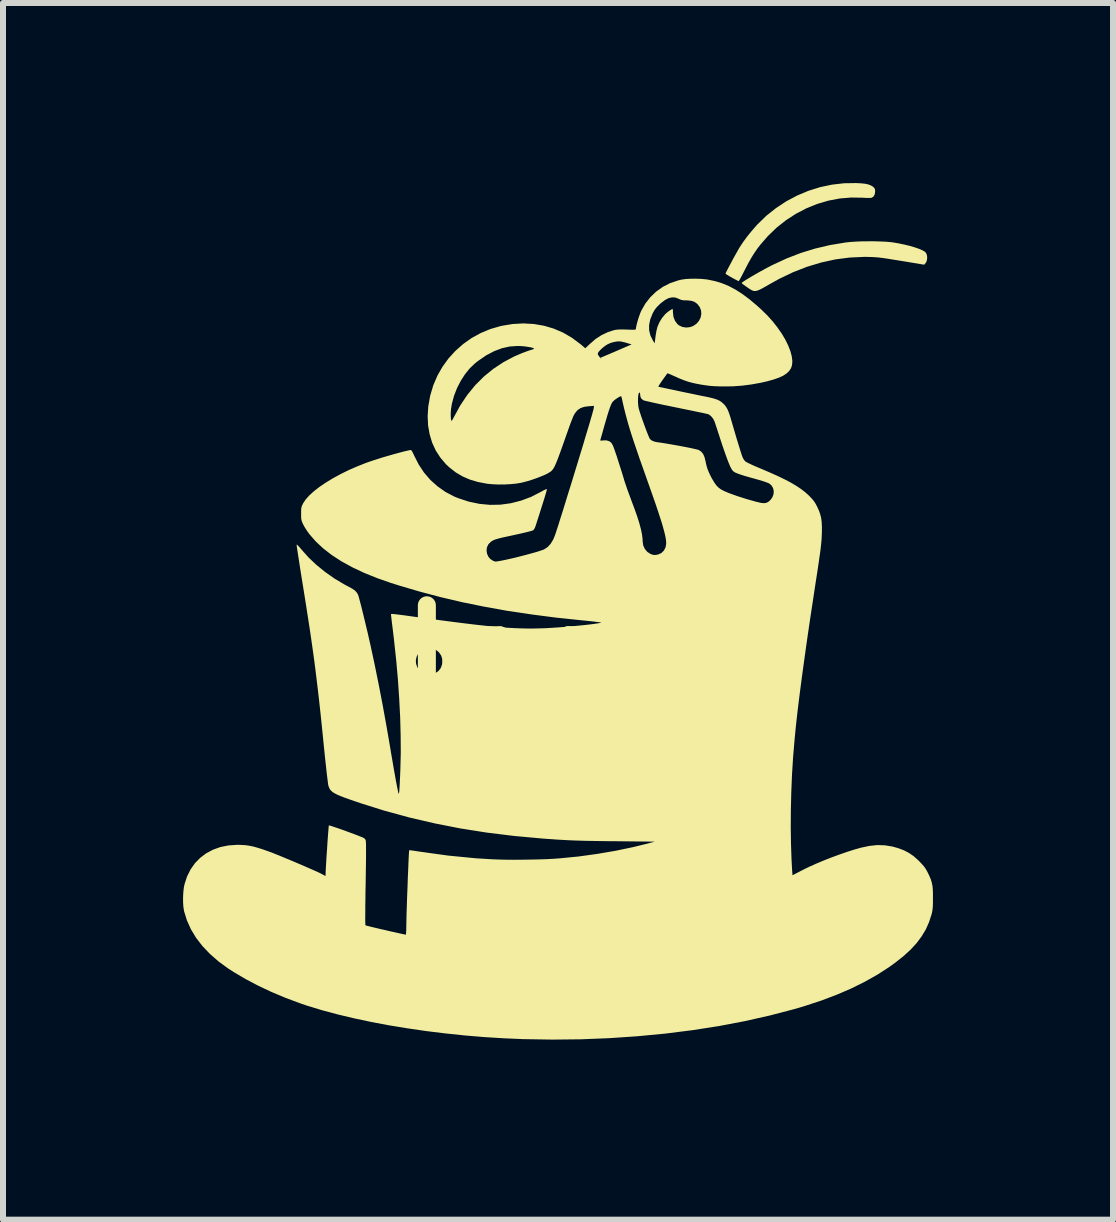
<source format=kicad_pcb>
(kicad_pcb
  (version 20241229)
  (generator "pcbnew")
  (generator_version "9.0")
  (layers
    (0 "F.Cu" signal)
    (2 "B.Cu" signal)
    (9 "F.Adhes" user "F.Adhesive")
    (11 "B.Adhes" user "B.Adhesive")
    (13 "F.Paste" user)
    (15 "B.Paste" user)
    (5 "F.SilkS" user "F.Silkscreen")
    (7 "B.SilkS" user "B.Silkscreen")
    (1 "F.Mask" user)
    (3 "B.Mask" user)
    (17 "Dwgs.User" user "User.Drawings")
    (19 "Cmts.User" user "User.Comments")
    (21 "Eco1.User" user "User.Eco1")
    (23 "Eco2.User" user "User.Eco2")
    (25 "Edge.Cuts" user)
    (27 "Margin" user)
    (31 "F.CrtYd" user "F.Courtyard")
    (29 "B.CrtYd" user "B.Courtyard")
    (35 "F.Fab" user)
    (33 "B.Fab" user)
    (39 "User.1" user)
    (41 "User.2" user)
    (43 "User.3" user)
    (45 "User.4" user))
  (footprint "logo"
    (layer "F.Cu")
    (at 6.133 7.856)
    (property "Reference" "logo" (at 0 0 0) (layer "F.SilkS") (effects (font (size 1.5 1.5) (thickness 0.3))))
    (attr board_only exclude_from_pos_files exclude_from_bom)
    (fp_poly (pts (xy 5.16 -7.852) (xy 5.228 -7.845) (xy 5.281 -7.834) (xy 5.323 -7.818) (xy 5.357 -7.798) (xy 5.366 -7.791) (xy 5.386 -7.77) (xy 5.395 -7.748) (xy 5.397 -7.716) (xy 5.39 -7.667) (xy 5.369 -7.631) (xy 5.341 -7.612) (xy 5.321 -7.609) (xy 5.286 -7.608) (xy 5.24 -7.609) (xy 5.192 -7.612) (xy 4.999 -7.615) (xy 4.806 -7.599) (xy 4.617 -7.563) (xy 4.431 -7.508) (xy 4.251 -7.435) (xy 4.077 -7.344) (xy 3.912 -7.237) (xy 3.755 -7.113) (xy 3.61 -6.973) (xy 3.492 -6.838) (xy 3.436 -6.766) (xy 3.385 -6.692) (xy 3.335 -6.612) (xy 3.284 -6.522) (xy 3.23 -6.418) (xy 3.214 -6.387) (xy 3.187 -6.334) (xy 3.163 -6.288) (xy 3.143 -6.252) (xy 3.129 -6.229) (xy 3.123 -6.222) (xy 3.112 -6.227) (xy 3.086 -6.24) (xy 3.05 -6.259) (xy 3.01 -6.281) (xy 2.969 -6.304) (xy 2.935 -6.325) (xy 2.912 -6.34) (xy 2.905 -6.348) (xy 2.909 -6.361) (xy 2.923 -6.388) (xy 2.943 -6.427) (xy 2.968 -6.475) (xy 2.997 -6.529) (xy 3.027 -6.586) (xy 3.058 -6.642) (xy 3.088 -6.695) (xy 3.114 -6.742) (xy 3.136 -6.78) (xy 3.143 -6.791) (xy 3.198 -6.874) (xy 3.264 -6.964) (xy 3.338 -7.055) (xy 3.413 -7.142) (xy 3.435 -7.166) (xy 3.584 -7.311) (xy 3.745 -7.439) (xy 3.916 -7.552) (xy 4.097 -7.648) (xy 4.285 -7.727) (xy 4.48 -7.788) (xy 4.679 -7.83) (xy 4.88 -7.853) (xy 5.076 -7.856)) (stroke (width 0) (type solid)) (fill yes) (layer "F.SilkS"))
    (fp_poly (pts (xy 5.386 -6.886) (xy 5.486 -6.883) (xy 5.578 -6.879) (xy 5.656 -6.872) (xy 5.696 -6.867) (xy 5.795 -6.85) (xy 5.89 -6.83) (xy 5.979 -6.808) (xy 6.06 -6.784) (xy 6.129 -6.76) (xy 6.185 -6.736) (xy 6.224 -6.713) (xy 6.239 -6.7) (xy 6.257 -6.666) (xy 6.264 -6.623) (xy 6.261 -6.577) (xy 6.248 -6.538) (xy 6.238 -6.524) (xy 6.214 -6.496) (xy 5.896 -6.549) (xy 5.784 -6.567) (xy 5.69 -6.582) (xy 5.612 -6.595) (xy 5.545 -6.605) (xy 5.488 -6.612) (xy 5.438 -6.618) (xy 5.392 -6.621) (xy 5.347 -6.624) (xy 5.301 -6.625) (xy 5.252 -6.626) (xy 5.207 -6.626) (xy 4.97 -6.615) (xy 4.733 -6.584) (xy 4.496 -6.532) (xy 4.261 -6.461) (xy 4.028 -6.37) (xy 3.798 -6.26) (xy 3.635 -6.169) (xy 3.565 -6.129) (xy 3.51 -6.098) (xy 3.467 -6.077) (xy 3.433 -6.064) (xy 3.405 -6.058) (xy 3.381 -6.058) (xy 3.358 -6.064) (xy 3.348 -6.068) (xy 3.33 -6.077) (xy 3.302 -6.095) (xy 3.269 -6.117) (xy 3.235 -6.141) (xy 3.205 -6.163) (xy 3.183 -6.18) (xy 3.173 -6.19) (xy 3.173 -6.191) (xy 3.181 -6.2) (xy 3.205 -6.217) (xy 3.243 -6.242) (xy 3.291 -6.271) (xy 3.347 -6.305) (xy 3.409 -6.341) (xy 3.475 -6.378) (xy 3.541 -6.414) (xy 3.605 -6.449) (xy 3.665 -6.48) (xy 3.682 -6.489) (xy 3.92 -6.599) (xy 4.157 -6.691) (xy 4.398 -6.765) (xy 4.645 -6.823) (xy 4.904 -6.866) (xy 4.913 -6.867) (xy 4.989 -6.875) (xy 5.079 -6.881) (xy 5.178 -6.885) (xy 5.282 -6.886)) (stroke (width 0) (type solid)) (fill yes) (layer "F.SilkS"))
    (fp_poly (pts (xy 2.496 -6.26) (xy 2.58 -6.252) (xy 2.613 -6.247) (xy 2.732 -6.222) (xy 2.846 -6.187) (xy 2.958 -6.141) (xy 3.069 -6.082) (xy 3.182 -6.01) (xy 3.299 -5.923) (xy 3.422 -5.82) (xy 3.503 -5.747) (xy 3.601 -5.651) (xy 3.69 -5.552) (xy 3.77 -5.45) (xy 3.841 -5.348) (xy 3.901 -5.247) (xy 3.949 -5.149) (xy 3.985 -5.056) (xy 4.008 -4.969) (xy 4.018 -4.89) (xy 4.012 -4.821) (xy 3.996 -4.773) (xy 3.966 -4.727) (xy 3.924 -4.686) (xy 3.867 -4.648) (xy 3.794 -4.614) (xy 3.705 -4.583) (xy 3.597 -4.553) (xy 3.487 -4.528) (xy 3.33 -4.5) (xy 3.181 -4.481) (xy 3.032 -4.47) (xy 2.899 -4.468) (xy 2.801 -4.469) (xy 2.717 -4.472) (xy 2.64 -4.478) (xy 2.564 -4.488) (xy 2.482 -4.501) (xy 2.423 -4.512) (xy 2.347 -4.529) (xy 2.278 -4.548) (xy 2.209 -4.572) (xy 2.134 -4.602) (xy 2.063 -4.634) (xy 2.018 -4.654) (xy 1.98 -4.671) (xy 1.952 -4.682) (xy 1.939 -4.687) (xy 1.939 -4.687) (xy 1.931 -4.679) (xy 1.915 -4.658) (xy 1.893 -4.627) (xy 1.867 -4.591) (xy 1.841 -4.554) (xy 1.817 -4.519) (xy 1.798 -4.489) (xy 1.787 -4.47) (xy 1.785 -4.464) (xy 1.795 -4.461) (xy 1.823 -4.455) (xy 1.866 -4.446) (xy 1.921 -4.434) (xy 1.987 -4.42) (xy 2.06 -4.405) (xy 2.137 -4.388) (xy 2.217 -4.371) (xy 2.296 -4.355) (xy 2.373 -4.339) (xy 2.444 -4.324) (xy 2.507 -4.311) (xy 2.56 -4.301) (xy 2.565 -4.3) (xy 2.645 -4.283) (xy 2.708 -4.267) (xy 2.758 -4.251) (xy 2.798 -4.233) (xy 2.832 -4.212) (xy 2.856 -4.192) (xy 2.888 -4.161) (xy 2.914 -4.127) (xy 2.937 -4.087) (xy 2.958 -4.037) (xy 2.98 -3.973) (xy 2.998 -3.912) (xy 3.02 -3.836) (xy 3.044 -3.755) (xy 3.068 -3.672) (xy 3.092 -3.591) (xy 3.116 -3.513) (xy 3.138 -3.442) (xy 3.157 -3.381) (xy 3.173 -3.331) (xy 3.185 -3.297) (xy 3.19 -3.284) (xy 3.208 -3.251) (xy 3.231 -3.222) (xy 3.233 -3.22) (xy 3.25 -3.209) (xy 3.284 -3.191) (xy 3.33 -3.169) (xy 3.387 -3.143) (xy 3.451 -3.116) (xy 3.487 -3.101) (xy 3.639 -3.036) (xy 3.773 -2.976) (xy 3.891 -2.919) (xy 3.994 -2.865) (xy 4.083 -2.812) (xy 4.161 -2.76) (xy 4.229 -2.708) (xy 4.289 -2.654) (xy 4.302 -2.641) (xy 4.346 -2.595) (xy 4.379 -2.554) (xy 4.406 -2.512) (xy 4.433 -2.461) (xy 4.433 -2.46) (xy 4.461 -2.398) (xy 4.482 -2.339) (xy 4.497 -2.28) (xy 4.506 -2.214) (xy 4.51 -2.139) (xy 4.51 -2.05) (xy 4.509 -2.015) (xy 4.507 -1.977) (xy 4.506 -1.939) (xy 4.503 -1.9) (xy 4.499 -1.858) (xy 4.494 -1.812) (xy 4.488 -1.758) (xy 4.48 -1.695) (xy 4.469 -1.622) (xy 4.457 -1.535) (xy 4.442 -1.435) (xy 4.424 -1.317) (xy 4.405 -1.195) (xy 4.357 -0.878) (xy 4.312 -0.581) (xy 4.271 -0.302) (xy 4.234 -0.041) (xy 4.2 0.204) (xy 4.169 0.433) (xy 4.141 0.647) (xy 4.116 0.847) (xy 4.094 1.034) (xy 4.075 1.208) (xy 4.059 1.372) (xy 4.054 1.427) (xy 4.03 1.71) (xy 4.012 2) (xy 4 2.292) (xy 3.993 2.584) (xy 3.991 2.87) (xy 3.995 3.147) (xy 4.004 3.412) (xy 4.013 3.576) (xy 4.02 3.676) (xy 4.196 3.585) (xy 4.296 3.536) (xy 4.412 3.484) (xy 4.538 3.431) (xy 4.67 3.379) (xy 4.804 3.33) (xy 4.934 3.285) (xy 5.057 3.246) (xy 5.16 3.217) (xy 5.301 3.187) (xy 5.433 3.173) (xy 5.559 3.177) (xy 5.683 3.197) (xy 5.783 3.225) (xy 5.878 3.261) (xy 5.96 3.304) (xy 6.036 3.356) (xy 6.112 3.423) (xy 6.129 3.44) (xy 6.173 3.486) (xy 6.206 3.523) (xy 6.232 3.558) (xy 6.255 3.596) (xy 6.276 3.636) (xy 6.304 3.695) (xy 6.325 3.746) (xy 6.34 3.795) (xy 6.351 3.845) (xy 6.357 3.902) (xy 6.36 3.971) (xy 6.36 4.053) (xy 6.36 4.123) (xy 6.359 4.178) (xy 6.356 4.221) (xy 6.352 4.257) (xy 6.346 4.291) (xy 6.337 4.328) (xy 6.336 4.331) (xy 6.295 4.457) (xy 6.242 4.577) (xy 6.173 4.692) (xy 6.09 4.804) (xy 5.99 4.913) (xy 5.872 5.021) (xy 5.735 5.13) (xy 5.634 5.203) (xy 5.438 5.33) (xy 5.227 5.449) (xy 5.002 5.561) (xy 4.76 5.665) (xy 4.502 5.763) (xy 4.225 5.854) (xy 4.046 5.907) (xy 3.644 6.012) (xy 3.227 6.106) (xy 2.796 6.188) (xy 2.353 6.257) (xy 1.9 6.314) (xy 1.438 6.358) (xy 0.969 6.39) (xy 0.495 6.409) (xy 0.016 6.414) (xy -0.464 6.406) (xy -0.469 6.406) (xy -0.79 6.392) (xy -1.114 6.372) (xy -1.439 6.345) (xy -1.762 6.311) (xy -2.081 6.272) (xy -2.396 6.226) (xy -2.702 6.176) (xy -3 6.12) (xy -3.286 6.059) (xy -3.559 5.994) (xy -3.816 5.925) (xy -4.057 5.852) (xy -4.192 5.806) (xy -4.43 5.717) (xy -4.661 5.62) (xy -4.883 5.515) (xy -5.092 5.405) (xy -5.285 5.291) (xy -5.379 5.231) (xy -5.542 5.112) (xy -5.685 4.987) (xy -5.81 4.856) (xy -5.916 4.719) (xy -6.002 4.576) (xy -6.069 4.428) (xy -6.116 4.275) (xy -6.119 4.259) (xy -6.128 4.199) (xy -6.133 4.124) (xy -6.133 4.043) (xy -6.129 3.962) (xy -6.121 3.886) (xy -6.109 3.826) (xy -6.067 3.697) (xy -6.008 3.579) (xy -5.935 3.475) (xy -5.847 3.385) (xy -5.747 3.31) (xy -5.634 3.25) (xy -5.511 3.206) (xy -5.377 3.179) (xy -5.234 3.169) (xy -5.227 3.169) (xy -5.157 3.171) (xy -5.093 3.175) (xy -5.03 3.184) (xy -4.965 3.197) (xy -4.894 3.217) (xy -4.812 3.242) (xy -4.717 3.276) (xy -4.697 3.283) (xy -4.654 3.299) (xy -4.596 3.322) (xy -4.528 3.349) (xy -4.451 3.381) (xy -4.369 3.415) (xy -4.283 3.451) (xy -4.197 3.488) (xy -4.113 3.524) (xy -4.035 3.558) (xy -3.964 3.589) (xy -3.903 3.616) (xy -3.856 3.638) (xy -3.824 3.654) (xy -3.819 3.657) (xy -3.76 3.689) (xy -3.759 3.66) (xy -3.758 3.632) (xy -3.756 3.589) (xy -3.753 3.534) (xy -3.749 3.468) (xy -3.745 3.395) (xy -3.74 3.317) (xy -3.734 3.237) (xy -3.729 3.158) (xy -3.724 3.083) (xy -3.719 3.013) (xy -3.714 2.952) (xy -3.71 2.902) (xy -3.707 2.867) (xy -3.705 2.848) (xy -3.704 2.846) (xy -3.693 2.847) (xy -3.665 2.855) (xy -3.623 2.869) (xy -3.569 2.887) (xy -3.505 2.909) (xy -3.435 2.934) (xy -3.36 2.962) (xy -3.284 2.99) (xy -3.208 3.019) (xy -3.207 3.02) (xy -3.16 3.038) (xy -3.128 3.052) (xy -3.109 3.065) (xy -3.098 3.077) (xy -3.091 3.092) (xy -3.091 3.093) (xy -3.088 3.106) (xy -3.087 3.132) (xy -3.085 3.17) (xy -3.085 3.223) (xy -3.085 3.291) (xy -3.085 3.375) (xy -3.086 3.477) (xy -3.088 3.596) (xy -3.09 3.735) (xy -3.091 3.814) (xy -3.094 3.946) (xy -3.095 4.067) (xy -3.097 4.176) (xy -3.097 4.272) (xy -3.098 4.354) (xy -3.098 4.42) (xy -3.097 4.468) (xy -3.096 4.499) (xy -3.094 4.51) (xy -3.083 4.514) (xy -3.055 4.521) (xy -3.012 4.532) (xy -2.958 4.545) (xy -2.895 4.56) (xy -2.827 4.576) (xy -2.755 4.592) (xy -2.684 4.609) (xy -2.616 4.624) (xy -2.553 4.638) (xy -2.5 4.65) (xy -2.458 4.659) (xy -2.43 4.664) (xy -2.42 4.666) (xy -2.419 4.656) (xy -2.417 4.629) (xy -2.415 4.588) (xy -2.414 4.535) (xy -2.413 4.478) (xy -2.412 4.43) (xy -2.411 4.368) (xy -2.409 4.294) (xy -2.406 4.211) (xy -2.403 4.121) (xy -2.4 4.025) (xy -2.396 3.927) (xy -2.392 3.828) (xy -2.389 3.73) (xy -2.385 3.636) (xy -2.381 3.548) (xy -2.378 3.467) (xy -2.375 3.397) (xy -2.372 3.339) (xy -2.369 3.295) (xy -2.367 3.268) (xy -2.366 3.259) (xy -2.355 3.259) (xy -2.327 3.262) (xy -2.285 3.268) (xy -2.233 3.276) (xy -2.173 3.285) (xy -2.172 3.285) (xy -1.719 3.348) (xy -1.257 3.393) (xy -0.979 3.41) (xy -0.874 3.414) (xy -0.754 3.417) (xy -0.624 3.418) (xy -0.488 3.417) (xy -0.35 3.415) (xy -0.215 3.412) (xy -0.086 3.408) (xy 0.031 3.402) (xy 0.132 3.395) (xy 0.144 3.394) (xy 0.458 3.363) (xy 0.769 3.32) (xy 1.073 3.268) (xy 1.365 3.207) (xy 1.602 3.149) (xy 1.725 3.116) (xy 1.082 3.109) (xy 0.928 3.108) (xy 0.792 3.106) (xy 0.672 3.104) (xy 0.563 3.102) (xy 0.464 3.099) (xy 0.371 3.096) (xy 0.281 3.092) (xy 0.193 3.087) (xy 0.102 3.082) (xy 0.006 3.075) (xy -0.097 3.068) (xy -0.149 3.064) (xy -0.619 3.021) (xy -1.075 2.965) (xy -1.518 2.895) (xy -1.949 2.81) (xy -2.37 2.712) (xy -2.783 2.599) (xy -3.152 2.483) (xy -3.268 2.444) (xy -3.366 2.41) (xy -3.448 2.381) (xy -3.515 2.355) (xy -3.569 2.331) (xy -3.611 2.309) (xy -3.644 2.288) (xy -3.668 2.266) (xy -3.686 2.244) (xy -3.699 2.219) (xy -3.709 2.192) (xy -3.712 2.184) (xy -3.716 2.163) (xy -3.721 2.124) (xy -3.728 2.068) (xy -3.737 1.998) (xy -3.746 1.916) (xy -3.756 1.824) (xy -3.767 1.724) (xy -3.778 1.618) (xy -3.785 1.55) (xy -3.807 1.329) (xy -3.828 1.124) (xy -3.848 0.933) (xy -3.868 0.752) (xy -3.888 0.58) (xy -3.908 0.414) (xy -3.928 0.251) (xy -3.949 0.088) (xy -3.972 -0.077) (xy -3.996 -0.246) (xy -4.022 -0.423) (xy -4.051 -0.61) (xy -4.082 -0.809) (xy -4.116 -1.024) (xy -4.152 -1.246) (xy -4.169 -1.353) (xy -4.185 -1.453) (xy -4.199 -1.545) (xy -4.212 -1.628) (xy -4.223 -1.7) (xy -4.232 -1.758) (xy -4.238 -1.8) (xy -4.241 -1.826) (xy -4.241 -1.832) (xy -4.234 -1.831) (xy -4.217 -1.815) (xy -4.192 -1.788) (xy -4.162 -1.753) (xy -4.157 -1.747) (xy -4.044 -1.62) (xy -3.913 -1.496) (xy -3.769 -1.379) (xy -3.615 -1.27) (xy -3.455 -1.174) (xy -3.372 -1.13) (xy -3.311 -1.096) (xy -3.267 -1.065) (xy -3.237 -1.031) (xy -3.216 -0.994) (xy -3.216 -0.993) (xy -3.209 -0.971) (xy -3.198 -0.932) (xy -3.184 -0.878) (xy -3.166 -0.811) (xy -3.147 -0.733) (xy -3.126 -0.648) (xy -3.104 -0.557) (xy -3.082 -0.464) (xy -3.059 -0.37) (xy -3.038 -0.277) (xy -3.018 -0.189) (xy -3.009 -0.149) (xy -2.942 0.162) (xy -2.875 0.492) (xy -2.808 0.839) (xy -2.742 1.203) (xy -2.677 1.581) (xy -2.668 1.638) (xy -2.652 1.728) (xy -2.636 1.823) (xy -2.62 1.917) (xy -2.604 2.006) (xy -2.59 2.085) (xy -2.578 2.148) (xy -2.565 2.215) (xy -2.555 2.263) (xy -2.548 2.296) (xy -2.543 2.313) (xy -2.539 2.318) (xy -2.536 2.312) (xy -2.534 2.297) (xy -2.532 2.287) (xy -2.53 2.262) (xy -2.527 2.22) (xy -2.524 2.164) (xy -2.521 2.096) (xy -2.517 2.02) (xy -2.514 1.939) (xy -2.513 1.911) (xy -2.506 1.64) (xy -2.508 1.352) (xy -2.516 1.049) (xy -2.532 0.735) (xy -2.554 0.411) (xy -2.582 0.095) (xy -2.255 0.095) (xy -2.251 0.153) (xy -2.231 0.21) (xy -2.195 0.261) (xy -2.176 0.279) (xy -2.118 0.318) (xy -2.06 0.336) (xy -2.002 0.335) (xy -1.94 0.314) (xy -1.936 0.312) (xy -1.879 0.274) (xy -1.841 0.226) (xy -1.819 0.167) (xy -1.815 0.135) (xy -1.816 0.071) (xy -1.832 0.018) (xy -1.864 -0.03) (xy -1.88 -0.047) (xy -1.926 -0.083) (xy -1.978 -0.107) (xy -2.03 -0.118) (xy -2.063 -0.117) (xy -2.127 -0.096) (xy -2.178 -0.061) (xy -2.217 -0.015) (xy -2.243 0.038) (xy -2.255 0.095) (xy -2.582 0.095) (xy -2.584 0.079) (xy -2.62 -0.257) (xy -2.642 -0.44) (xy -2.65 -0.503) (xy -2.657 -0.56) (xy -2.662 -0.608) (xy -2.666 -0.643) (xy -2.668 -0.661) (xy -2.668 -0.662) (xy -2.668 -0.666) (xy -2.669 -0.67) (xy -2.669 -0.674) (xy -2.666 -0.676) (xy -2.659 -0.677) (xy -2.646 -0.677) (xy -2.626 -0.676) (xy -2.597 -0.673) (xy -2.558 -0.668) (xy -2.508 -0.662) (xy -2.445 -0.654) (xy -2.367 -0.643) (xy -2.274 -0.63) (xy -2.162 -0.615) (xy -2.032 -0.598) (xy -2.029 -0.597) (xy -1.811 -0.568) (xy -1.611 -0.542) (xy -1.429 -0.519) (xy -1.262 -0.499) (xy -1.109 -0.482) (xy -0.969 -0.468) (xy -0.839 -0.456) (xy -0.718 -0.447) (xy -0.605 -0.441) (xy -0.498 -0.437) (xy -0.395 -0.435) (xy -0.295 -0.435) (xy -0.196 -0.437) (xy -0.096 -0.44) (xy -0.062 -0.442) (xy 0.021 -0.447) (xy 0.112 -0.453) (xy 0.206 -0.46) (xy 0.303 -0.468) (xy 0.398 -0.477) (xy 0.491 -0.486) (xy 0.578 -0.495) (xy 0.656 -0.504) (xy 0.724 -0.513) (xy 0.778 -0.521) (xy 0.816 -0.528) (xy 0.834 -0.533) (xy 0.828 -0.535) (xy 0.804 -0.539) (xy 0.763 -0.544) (xy 0.708 -0.551) (xy 0.642 -0.558) (xy 0.567 -0.566) (xy 0.494 -0.573) (xy 0.068 -0.618) (xy -0.34 -0.671) (xy -0.734 -0.73) (xy -1.113 -0.798) (xy -1.481 -0.873) (xy -1.84 -0.957) (xy -2.191 -1.05) (xy -2.537 -1.152) (xy -2.673 -1.195) (xy -2.904 -1.276) (xy -3.119 -1.363) (xy -3.316 -1.456) (xy -3.496 -1.555) (xy -3.657 -1.66) (xy -3.799 -1.77) (xy -3.922 -1.885) (xy -4.026 -2.004) (xy -4.038 -2.02) (xy -4.07 -2.065) (xy -4.101 -2.113) (xy -4.126 -2.157) (xy -4.134 -2.173) (xy -4.149 -2.206) (xy -4.158 -2.233) (xy -4.164 -2.261) (xy -4.166 -2.298) (xy -4.166 -2.348) (xy -4.166 -2.348) (xy -4.166 -2.398) (xy -4.164 -2.434) (xy -4.159 -2.461) (xy -4.15 -2.485) (xy -4.136 -2.514) (xy -4.133 -2.52) (xy -4.091 -2.584) (xy -4.03 -2.652) (xy -3.953 -2.722) (xy -3.861 -2.794) (xy -3.756 -2.865) (xy -3.638 -2.937) (xy -3.511 -3.006) (xy -3.376 -3.073) (xy -3.234 -3.135) (xy -3.088 -3.193) (xy -3.02 -3.217) (xy -2.96 -3.237) (xy -2.891 -3.259) (xy -2.816 -3.283) (xy -2.737 -3.306) (xy -2.658 -3.329) (xy -2.582 -3.35) (xy -2.51 -3.369) (xy -2.447 -3.386) (xy -2.395 -3.398) (xy -2.357 -3.406) (xy -2.336 -3.409) (xy -2.327 -3.4) (xy -2.312 -3.376) (xy -2.294 -3.341) (xy -2.283 -3.316) (xy -2.208 -3.168) (xy -2.118 -3.032) (xy -2.013 -2.91) (xy -1.893 -2.803) (xy -1.761 -2.71) (xy -1.616 -2.634) (xy -1.55 -2.607) (xy -1.375 -2.549) (xy -1.198 -2.512) (xy -1.021 -2.495) (xy -0.846 -2.498) (xy -0.672 -2.522) (xy -0.5 -2.566) (xy -0.332 -2.629) (xy -0.169 -2.713) (xy -0.167 -2.714) (xy -0.122 -2.739) (xy -0.092 -2.753) (xy -0.076 -2.758) (xy -0.072 -2.753) (xy -0.073 -2.745) (xy -0.077 -2.73) (xy -0.083 -2.707) (xy -0.093 -2.673) (xy -0.107 -2.627) (xy -0.125 -2.568) (xy -0.148 -2.495) (xy -0.176 -2.406) (xy -0.21 -2.299) (xy -0.223 -2.259) (xy -0.243 -2.196) (xy -0.258 -2.15) (xy -0.27 -2.117) (xy -0.281 -2.096) (xy -0.29 -2.082) (xy -0.3 -2.073) (xy -0.312 -2.067) (xy -0.331 -2.061) (xy -0.367 -2.051) (xy -0.417 -2.038) (xy -0.478 -2.024) (xy -0.547 -2.008) (xy -0.616 -1.993) (xy -0.708 -1.973) (xy -0.783 -1.957) (xy -0.843 -1.943) (xy -0.889 -1.931) (xy -0.925 -1.92) (xy -0.953 -1.91) (xy -0.975 -1.899) (xy -0.993 -1.888) (xy -1.007 -1.878) (xy -1.047 -1.837) (xy -1.07 -1.788) (xy -1.077 -1.735) (xy -1.069 -1.682) (xy -1.048 -1.633) (xy -1.013 -1.592) (xy -0.967 -1.562) (xy -0.934 -1.551) (xy -0.914 -1.551) (xy -0.877 -1.557) (xy -0.825 -1.566) (xy -0.762 -1.579) (xy -0.69 -1.595) (xy -0.612 -1.613) (xy -0.531 -1.633) (xy -0.45 -1.654) (xy -0.371 -1.675) (xy -0.298 -1.695) (xy -0.232 -1.714) (xy -0.177 -1.732) (xy -0.136 -1.746) (xy -0.115 -1.755) (xy -0.058 -1.793) (xy -0.01 -1.845) (xy 0.032 -1.914) (xy 0.055 -1.968) (xy 0.065 -1.994) (xy 0.08 -2.038) (xy 0.099 -2.098) (xy 0.123 -2.171) (xy 0.15 -2.258) (xy 0.181 -2.355) (xy 0.214 -2.461) (xy 0.249 -2.575) (xy 0.286 -2.695) (xy 0.325 -2.819) (xy 0.364 -2.946) (xy 0.403 -3.074) (xy 0.442 -3.201) (xy 0.48 -3.326) (xy 0.517 -3.447) (xy 0.552 -3.563) (xy 0.555 -3.575) (xy 0.818 -3.575) (xy 0.819 -3.567) (xy 0.833 -3.565) (xy 0.856 -3.568) (xy 0.917 -3.57) (xy 0.968 -3.555) (xy 0.998 -3.532) (xy 1.009 -3.518) (xy 1.021 -3.497) (xy 1.035 -3.466) (xy 1.051 -3.424) (xy 1.071 -3.366) (xy 1.096 -3.293) (xy 1.105 -3.263) (xy 1.129 -3.188) (xy 1.153 -3.113) (xy 1.176 -3.041) (xy 1.195 -2.978) (xy 1.211 -2.927) (xy 1.215 -2.91) (xy 1.229 -2.867) (xy 1.249 -2.809) (xy 1.272 -2.741) (xy 1.299 -2.668) (xy 1.326 -2.595) (xy 1.335 -2.57) (xy 1.389 -2.426) (xy 1.434 -2.299) (xy 1.469 -2.187) (xy 1.495 -2.089) (xy 1.513 -2.004) (xy 1.522 -1.93) (xy 1.524 -1.882) (xy 1.534 -1.817) (xy 1.561 -1.759) (xy 1.602 -1.711) (xy 1.653 -1.678) (xy 1.696 -1.662) (xy 1.738 -1.66) (xy 1.785 -1.669) (xy 1.838 -1.694) (xy 1.878 -1.734) (xy 1.905 -1.786) (xy 1.916 -1.848) (xy 1.916 -1.856) (xy 1.914 -1.892) (xy 1.909 -1.934) (xy 1.899 -1.984) (xy 1.885 -2.043) (xy 1.866 -2.113) (xy 1.843 -2.194) (xy 1.813 -2.287) (xy 1.778 -2.394) (xy 1.737 -2.516) (xy 1.689 -2.654) (xy 1.634 -2.809) (xy 1.589 -2.936) (xy 1.528 -3.109) (xy 1.473 -3.264) (xy 1.425 -3.405) (xy 1.382 -3.531) (xy 1.344 -3.646) (xy 1.311 -3.751) (xy 1.282 -3.848) (xy 1.257 -3.939) (xy 1.234 -4.026) (xy 1.213 -4.11) (xy 1.2 -4.166) (xy 1.189 -4.215) (xy 1.181 -4.249) (xy 1.446 -4.249) (xy 1.446 -4.201) (xy 1.45 -4.153) (xy 1.456 -4.111) (xy 1.458 -4.103) (xy 1.468 -4.068) (xy 1.483 -4.02) (xy 1.502 -3.963) (xy 1.524 -3.901) (xy 1.547 -3.837) (xy 1.57 -3.774) (xy 1.592 -3.715) (xy 1.613 -3.664) (xy 1.629 -3.624) (xy 1.642 -3.598) (xy 1.646 -3.591) (xy 1.679 -3.565) (xy 1.725 -3.547) (xy 1.772 -3.538) (xy 1.832 -3.53) (xy 1.901 -3.519) (xy 1.977 -3.506) (xy 2.056 -3.492) (xy 2.136 -3.478) (xy 2.214 -3.463) (xy 2.286 -3.449) (xy 2.349 -3.436) (xy 2.401 -3.424) (xy 2.439 -3.415) (xy 2.459 -3.408) (xy 2.46 -3.408) (xy 2.5 -3.381) (xy 2.531 -3.343) (xy 2.554 -3.291) (xy 2.57 -3.227) (xy 2.586 -3.153) (xy 2.606 -3.087) (xy 2.633 -3.023) (xy 2.668 -2.952) (xy 2.682 -2.927) (xy 2.718 -2.866) (xy 2.752 -2.819) (xy 2.787 -2.783) (xy 2.829 -2.752) (xy 2.882 -2.725) (xy 2.949 -2.696) (xy 2.962 -2.691) (xy 3.103 -2.64) (xy 3.257 -2.591) (xy 3.417 -2.546) (xy 3.439 -2.541) (xy 3.5 -2.527) (xy 3.546 -2.523) (xy 3.583 -2.528) (xy 3.615 -2.544) (xy 3.645 -2.568) (xy 3.682 -2.615) (xy 3.703 -2.667) (xy 3.708 -2.721) (xy 3.697 -2.773) (xy 3.671 -2.818) (xy 3.637 -2.848) (xy 3.615 -2.859) (xy 3.576 -2.874) (xy 3.525 -2.891) (xy 3.466 -2.909) (xy 3.409 -2.925) (xy 3.315 -2.951) (xy 3.238 -2.973) (xy 3.177 -2.992) (xy 3.129 -3.008) (xy 3.093 -3.022) (xy 3.065 -3.034) (xy 3.044 -3.047) (xy 3.028 -3.06) (xy 3.024 -3.064) (xy 3.006 -3.089) (xy 2.984 -3.131) (xy 2.958 -3.192) (xy 2.927 -3.272) (xy 2.892 -3.37) (xy 2.851 -3.488) (xy 2.806 -3.626) (xy 2.8 -3.646) (xy 2.779 -3.709) (xy 2.76 -3.768) (xy 2.743 -3.819) (xy 2.73 -3.858) (xy 2.722 -3.882) (xy 2.698 -3.93) (xy 2.665 -3.971) (xy 2.628 -4) (xy 2.613 -4.006) (xy 2.597 -4.01) (xy 2.562 -4.018) (xy 2.512 -4.029) (xy 2.447 -4.042) (xy 2.371 -4.058) (xy 2.284 -4.076) (xy 2.19 -4.095) (xy 2.091 -4.116) (xy 2.074 -4.119) (xy 1.974 -4.14) (xy 1.879 -4.159) (xy 1.791 -4.178) (xy 1.713 -4.195) (xy 1.647 -4.21) (xy 1.594 -4.222) (xy 1.557 -4.231) (xy 1.537 -4.237) (xy 1.536 -4.238) (xy 1.504 -4.262) (xy 1.487 -4.294) (xy 1.483 -4.331) (xy 1.479 -4.358) (xy 1.469 -4.367) (xy 1.46 -4.358) (xy 1.453 -4.332) (xy 1.448 -4.294) (xy 1.446 -4.249) (xy 1.181 -4.249) (xy 1.18 -4.257) (xy 1.172 -4.288) (xy 1.168 -4.303) (xy 1.168 -4.303) (xy 1.159 -4.304) (xy 1.138 -4.296) (xy 1.11 -4.279) (xy 1.079 -4.259) (xy 1.05 -4.237) (xy 1.028 -4.216) (xy 1.027 -4.216) (xy 1.014 -4.197) (xy 0.999 -4.168) (xy 0.983 -4.128) (xy 0.964 -4.074) (xy 0.942 -4.006) (xy 0.917 -3.92) (xy 0.891 -3.832) (xy 0.872 -3.764) (xy 0.855 -3.702) (xy 0.84 -3.649) (xy 0.828 -3.609) (xy 0.821 -3.583) (xy 0.818 -3.575) (xy 0.555 -3.575) (xy 0.584 -3.672) (xy 0.614 -3.771) (xy 0.641 -3.861) (xy 0.663 -3.938) (xy 0.682 -4.002) (xy 0.695 -4.051) (xy 0.704 -4.082) (xy 0.706 -4.093) (xy 0.714 -4.144) (xy 0.627 -4.138) (xy 0.55 -4.128) (xy 0.489 -4.107) (xy 0.439 -4.073) (xy 0.398 -4.024) (xy 0.373 -3.981) (xy 0.363 -3.957) (xy 0.347 -3.917) (xy 0.326 -3.864) (xy 0.303 -3.801) (xy 0.279 -3.733) (xy 0.261 -3.682) (xy 0.218 -3.56) (xy 0.181 -3.456) (xy 0.15 -3.369) (xy 0.123 -3.296) (xy 0.1 -3.236) (xy 0.08 -3.187) (xy 0.063 -3.149) (xy 0.048 -3.119) (xy 0.034 -3.096) (xy 0.02 -3.077) (xy 0.007 -3.063) (xy -0.008 -3.05) (xy -0.014 -3.046) (xy -0.052 -3.022) (xy -0.106 -2.995) (xy -0.173 -2.967) (xy -0.248 -2.938) (xy -0.327 -2.911) (xy -0.406 -2.887) (xy -0.483 -2.867) (xy -0.505 -2.862) (xy -0.583 -2.849) (xy -0.676 -2.84) (xy -0.776 -2.835) (xy -0.878 -2.834) (xy -0.974 -2.838) (xy -1.059 -2.846) (xy -1.069 -2.847) (xy -1.22 -2.876) (xy -1.355 -2.916) (xy -1.477 -2.969) (xy -1.589 -3.035) (xy -1.694 -3.117) (xy -1.752 -3.171) (xy -1.845 -3.28) (xy -1.923 -3.4) (xy -1.983 -3.53) (xy -2.025 -3.67) (xy -2.051 -3.817) (xy -2.058 -3.972) (xy -2.056 -4.007) (xy -1.674 -4.007) (xy -1.673 -3.964) (xy -1.67 -3.927) (xy -1.665 -3.902) (xy -1.659 -3.893) (xy -1.652 -3.902) (xy -1.638 -3.925) (xy -1.621 -3.957) (xy -1.618 -3.963) (xy -1.514 -4.153) (xy -1.396 -4.329) (xy -1.265 -4.489) (xy -1.121 -4.633) (xy -0.964 -4.761) (xy -0.794 -4.873) (xy -0.689 -4.929) (xy 0.824 -4.929) (xy 0.829 -4.923) (xy 0.834 -4.929) (xy 0.829 -4.934) (xy 0.824 -4.929) (xy -0.689 -4.929) (xy -0.612 -4.969) (xy -0.507 -5.014) (xy 0.776 -5.014) (xy 0.779 -4.997) (xy 0.793 -4.976) (xy 0.808 -4.955) (xy 0.817 -4.945) (xy 0.817 -4.944) (xy 0.827 -4.948) (xy 0.853 -4.959) (xy 0.893 -4.976) (xy 0.945 -4.998) (xy 1.006 -5.024) (xy 1.074 -5.053) (xy 1.08 -5.056) (xy 1.34 -5.168) (xy 1.27 -5.189) (xy 1.226 -5.202) (xy 1.183 -5.212) (xy 1.152 -5.218) (xy 1.103 -5.218) (xy 1.044 -5.208) (xy 0.985 -5.191) (xy 0.934 -5.167) (xy 0.932 -5.166) (xy 0.893 -5.14) (xy 0.853 -5.108) (xy 0.817 -5.074) (xy 0.791 -5.045) (xy 0.784 -5.034) (xy 0.776 -5.014) (xy -0.507 -5.014) (xy -0.494 -5.02) (xy -0.443 -5.039) (xy -0.394 -5.057) (xy -0.352 -5.071) (xy -0.326 -5.079) (xy -0.3 -5.087) (xy -0.286 -5.096) (xy -0.285 -5.1) (xy -0.304 -5.109) (xy -0.339 -5.119) (xy -0.386 -5.127) (xy -0.44 -5.135) (xy -0.498 -5.14) (xy -0.553 -5.142) (xy -0.561 -5.142) (xy -0.692 -5.133) (xy -0.822 -5.104) (xy -0.951 -5.055) (xy -1.081 -4.987) (xy -1.211 -4.898) (xy -1.269 -4.853) (xy -1.356 -4.77) (xy -1.436 -4.671) (xy -1.508 -4.559) (xy -1.57 -4.438) (xy -1.619 -4.311) (xy -1.654 -4.182) (xy -1.668 -4.097) (xy -1.672 -4.053) (xy -1.674 -4.007) (xy -2.056 -4.007) (xy -2.048 -4.133) (xy -2.019 -4.299) (xy -2.014 -4.321) (xy -1.964 -4.488) (xy -1.896 -4.647) (xy -1.811 -4.796) (xy -1.71 -4.935) (xy -1.595 -5.061) (xy -1.466 -5.175) (xy -1.326 -5.274) (xy -1.175 -5.357) (xy -1.014 -5.424) (xy -0.845 -5.473) (xy -0.823 -5.478) (xy -0.641 -5.508) (xy -0.462 -5.518) (xy -0.288 -5.508) (xy -0.119 -5.479) (xy 0.043 -5.431) (xy 0.199 -5.364) (xy 0.348 -5.277) (xy 0.488 -5.172) (xy 0.498 -5.164) (xy 0.568 -5.104) (xy 0.641 -5.173) (xy 0.739 -5.258) (xy 0.839 -5.323) (xy 0.945 -5.373) (xy 1.042 -5.404) (xy 1.075 -5.411) (xy 1.11 -5.415) (xy 1.154 -5.417) (xy 1.21 -5.417) (xy 1.259 -5.415) (xy 1.318 -5.413) (xy 1.36 -5.413) (xy 1.387 -5.413) (xy 1.402 -5.416) (xy 1.409 -5.42) (xy 1.411 -5.427) (xy 1.411 -5.428) (xy 1.415 -5.456) (xy 1.422 -5.49) (xy 1.631 -5.49) (xy 1.632 -5.4) (xy 1.654 -5.314) (xy 1.696 -5.231) (xy 1.724 -5.186) (xy 1.737 -5.292) (xy 1.745 -5.346) (xy 1.755 -5.401) (xy 1.767 -5.448) (xy 1.772 -5.465) (xy 1.804 -5.539) (xy 1.848 -5.61) (xy 1.899 -5.671) (xy 1.924 -5.694) (xy 1.963 -5.725) (xy 1.996 -5.746) (xy 2.019 -5.757) (xy 2.023 -5.758) (xy 2.026 -5.748) (xy 2.028 -5.724) (xy 2.029 -5.693) (xy 2.038 -5.623) (xy 2.063 -5.561) (xy 2.101 -5.509) (xy 2.128 -5.486) (xy 2.185 -5.459) (xy 2.248 -5.449) (xy 2.313 -5.456) (xy 2.362 -5.473) (xy 2.419 -5.511) (xy 2.461 -5.559) (xy 2.489 -5.614) (xy 2.501 -5.673) (xy 2.497 -5.732) (xy 2.476 -5.788) (xy 2.438 -5.839) (xy 2.435 -5.842) (xy 2.392 -5.874) (xy 2.341 -5.893) (xy 2.279 -5.901) (xy 2.25 -5.902) (xy 2.204 -5.903) (xy 2.169 -5.909) (xy 2.138 -5.921) (xy 2.124 -5.928) (xy 2.069 -5.949) (xy 2.014 -5.952) (xy 1.956 -5.939) (xy 1.895 -5.907) (xy 1.828 -5.856) (xy 1.803 -5.833) (xy 1.76 -5.79) (xy 1.727 -5.749) (xy 1.699 -5.701) (xy 1.689 -5.682) (xy 1.65 -5.584) (xy 1.631 -5.49) (xy 1.422 -5.49) (xy 1.424 -5.498) (xy 1.437 -5.548) (xy 1.453 -5.602) (xy 1.471 -5.654) (xy 1.488 -5.7) (xy 1.498 -5.724) (xy 1.567 -5.846) (xy 1.651 -5.954) (xy 1.749 -6.048) (xy 1.86 -6.127) (xy 1.982 -6.189) (xy 2.115 -6.234) (xy 2.169 -6.247) (xy 2.237 -6.257) (xy 2.318 -6.262) (xy 2.407 -6.263)) (stroke (width 0) (type solid)) (fill yes) (layer "F.SilkS")))
  (gr_rect
    (start -3 -3)
    (end 15.493 17.27)
    (stroke (width 0.1) (type default))
    (fill no)
    (layer "Edge.Cuts")))
</source>
